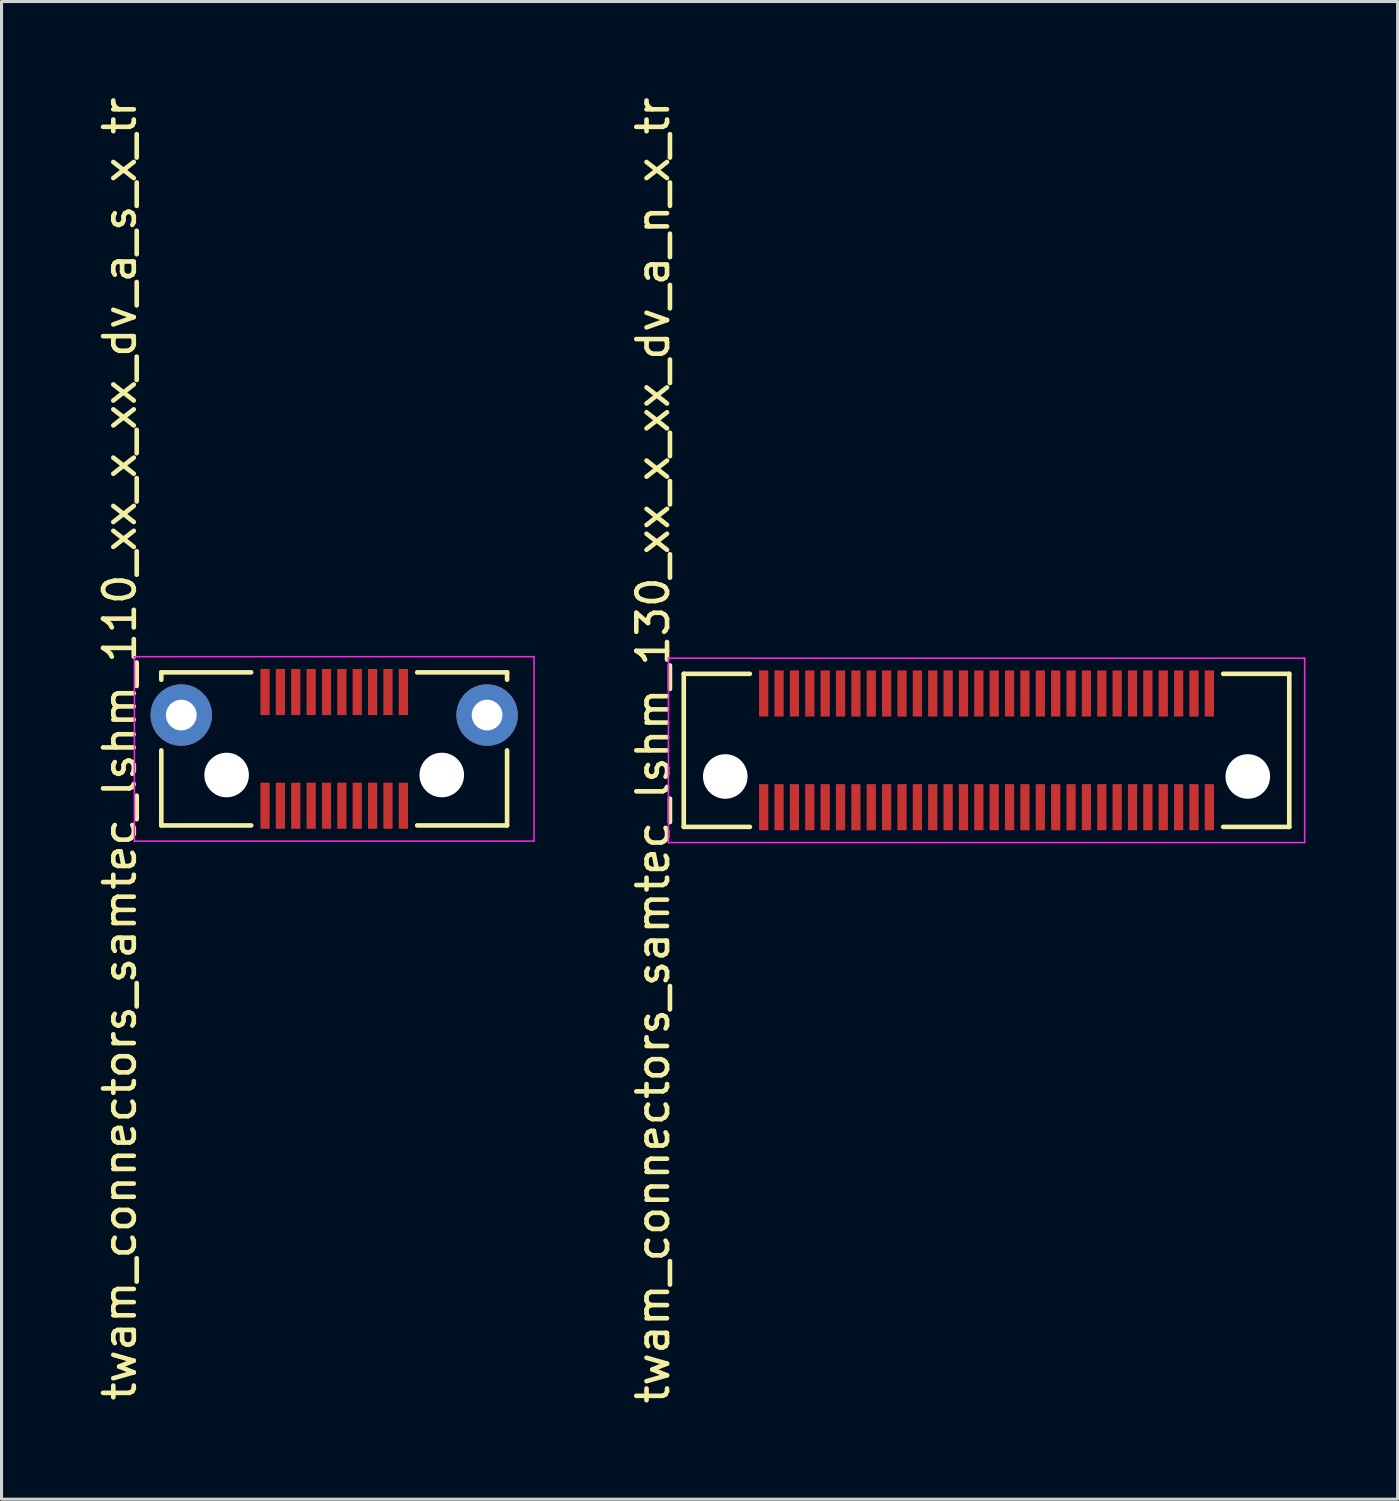
<source format=kicad_pcb>
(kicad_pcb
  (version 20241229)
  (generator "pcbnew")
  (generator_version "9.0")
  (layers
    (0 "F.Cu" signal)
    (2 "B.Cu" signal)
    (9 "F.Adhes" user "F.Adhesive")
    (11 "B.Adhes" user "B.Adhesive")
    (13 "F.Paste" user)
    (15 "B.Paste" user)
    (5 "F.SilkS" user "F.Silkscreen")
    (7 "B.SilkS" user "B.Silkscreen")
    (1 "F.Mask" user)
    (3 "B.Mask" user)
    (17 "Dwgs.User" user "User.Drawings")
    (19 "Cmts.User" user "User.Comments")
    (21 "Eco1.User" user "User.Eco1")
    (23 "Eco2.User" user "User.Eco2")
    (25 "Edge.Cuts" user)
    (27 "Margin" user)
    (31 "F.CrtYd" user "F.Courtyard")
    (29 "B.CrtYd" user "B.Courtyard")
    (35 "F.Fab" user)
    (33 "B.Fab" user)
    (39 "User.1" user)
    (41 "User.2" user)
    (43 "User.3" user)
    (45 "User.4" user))
  (footprint "twam_connectors_samtec_lshm_130_xx_x_xx_dv_a_n_x_tr"
    (layer "F.Cu")
    (at 29.047 21.363)
    (property "Reference" "twam_connectors_samtec_lshm_130_xx_x_xx_dv_a_n_x_tr" (at -10.85 0 270) (layer "F.SilkS") (effects (font (size 1 1) (thickness 0.15))))
    (attr smd)
    (fp_line (start -9.85 -2.49) (end -9.85 2.49) (stroke (width 0.15) (type solid)) (layer "F.SilkS"))
    (fp_line (start -9.85 -2.49) (end -7.7 -2.49) (stroke (width 0.15) (type solid)) (layer "F.SilkS"))
    (fp_line (start -9.85 2.49) (end -7.7 2.49) (stroke (width 0.15) (type solid)) (layer "F.SilkS"))
    (fp_line (start 7.7 -2.49) (end 9.85 -2.49) (stroke (width 0.15) (type solid)) (layer "F.SilkS"))
    (fp_line (start 7.7 2.49) (end 9.85 2.49) (stroke (width 0.15) (type solid)) (layer "F.SilkS"))
    (fp_line (start 9.85 -2.49) (end 9.85 2.49) (stroke (width 0.15) (type solid)) (layer "F.SilkS"))
    (fp_line (start -10.35 -3) (end -10.35 3) (stroke (width 0.05) (type solid)) (layer "F.CrtYd"))
    (fp_line (start -10.35 -3) (end 10.35 -3) (stroke (width 0.05) (type solid)) (layer "F.CrtYd"))
    (fp_line (start -10.35 3) (end 10.35 3) (stroke (width 0.05) (type solid)) (layer "F.CrtYd"))
    (fp_line (start 10.35 -3) (end 10.35 3) (stroke (width 0.05) (type solid)) (layer "F.CrtYd"))
    (pad "" np_thru_hole circle (at -8.5 0.85) (size 1.45 1.45) (drill 1.45) (layers "*.Cu" "*.Mask"))
    (pad "" np_thru_hole circle (at 8.5 0.85) (size 1.45 1.45) (drill 1.45) (layers "*.Cu" "*.Mask"))
    (pad "1" smd rect (at 7.25 1.85) (size 0.3 1.5) (layers "F.Cu" "F.Mask" "F.Paste"))
    (pad "2" smd rect (at 7.25 -1.85) (size 0.3 1.5) (layers "F.Cu" "F.Mask" "F.Paste"))
    (pad "3" smd rect (at 6.75 1.85) (size 0.3 1.5) (layers "F.Cu" "F.Mask" "F.Paste"))
    (pad "4" smd rect (at 6.75 -1.85) (size 0.3 1.5) (layers "F.Cu" "F.Mask" "F.Paste"))
    (pad "5" smd rect (at 6.25 1.85) (size 0.3 1.5) (layers "F.Cu" "F.Mask" "F.Paste"))
    (pad "6" smd rect (at 6.25 -1.85) (size 0.3 1.5) (layers "F.Cu" "F.Mask" "F.Paste"))
    (pad "7" smd rect (at 5.75 1.85) (size 0.3 1.5) (layers "F.Cu" "F.Mask" "F.Paste"))
    (pad "8" smd rect (at 5.75 -1.85) (size 0.3 1.5) (layers "F.Cu" "F.Mask" "F.Paste"))
    (pad "9" smd rect (at 5.25 1.85) (size 0.3 1.5) (layers "F.Cu" "F.Mask" "F.Paste"))
    (pad "10" smd rect (at 5.25 -1.85) (size 0.3 1.5) (layers "F.Cu" "F.Mask" "F.Paste"))
    (pad "11" smd rect (at 4.75 1.85) (size 0.3 1.5) (layers "F.Cu" "F.Mask" "F.Paste"))
    (pad "12" smd rect (at 4.75 -1.85) (size 0.3 1.5) (layers "F.Cu" "F.Mask" "F.Paste"))
    (pad "13" smd rect (at 4.25 1.85) (size 0.3 1.5) (layers "F.Cu" "F.Mask" "F.Paste"))
    (pad "14" smd rect (at 4.25 -1.85) (size 0.3 1.5) (layers "F.Cu" "F.Mask" "F.Paste"))
    (pad "15" smd rect (at 3.75 1.85) (size 0.3 1.5) (layers "F.Cu" "F.Mask" "F.Paste"))
    (pad "16" smd rect (at 3.75 -1.85) (size 0.3 1.5) (layers "F.Cu" "F.Mask" "F.Paste"))
    (pad "17" smd rect (at 3.25 1.85) (size 0.3 1.5) (layers "F.Cu" "F.Mask" "F.Paste"))
    (pad "18" smd rect (at 3.25 -1.85) (size 0.3 1.5) (layers "F.Cu" "F.Mask" "F.Paste"))
    (pad "19" smd rect (at 2.75 1.85) (size 0.3 1.5) (layers "F.Cu" "F.Mask" "F.Paste"))
    (pad "20" smd rect (at 2.75 -1.85) (size 0.3 1.5) (layers "F.Cu" "F.Mask" "F.Paste"))
    (pad "21" smd rect (at 2.25 1.85) (size 0.3 1.5) (layers "F.Cu" "F.Mask" "F.Paste"))
    (pad "22" smd rect (at 2.25 -1.85) (size 0.3 1.5) (layers "F.Cu" "F.Mask" "F.Paste"))
    (pad "23" smd rect (at 1.75 1.85) (size 0.3 1.5) (layers "F.Cu" "F.Mask" "F.Paste"))
    (pad "24" smd rect (at 1.75 -1.85) (size 0.3 1.5) (layers "F.Cu" "F.Mask" "F.Paste"))
    (pad "25" smd rect (at 1.25 1.85) (size 0.3 1.5) (layers "F.Cu" "F.Mask" "F.Paste"))
    (pad "26" smd rect (at 1.25 -1.85) (size 0.3 1.5) (layers "F.Cu" "F.Mask" "F.Paste"))
    (pad "27" smd rect (at 0.75 1.85) (size 0.3 1.5) (layers "F.Cu" "F.Mask" "F.Paste"))
    (pad "28" smd rect (at 0.75 -1.85) (size 0.3 1.5) (layers "F.Cu" "F.Mask" "F.Paste"))
    (pad "29" smd rect (at 0.25 1.85) (size 0.3 1.5) (layers "F.Cu" "F.Mask" "F.Paste"))
    (pad "30" smd rect (at 0.25 -1.85) (size 0.3 1.5) (layers "F.Cu" "F.Mask" "F.Paste"))
    (pad "31" smd rect (at -0.25 1.85) (size 0.3 1.5) (layers "F.Cu" "F.Mask" "F.Paste"))
    (pad "32" smd rect (at -0.25 -1.85) (size 0.3 1.5) (layers "F.Cu" "F.Mask" "F.Paste"))
    (pad "33" smd rect (at -0.75 1.85) (size 0.3 1.5) (layers "F.Cu" "F.Mask" "F.Paste"))
    (pad "34" smd rect (at -0.75 -1.85) (size 0.3 1.5) (layers "F.Cu" "F.Mask" "F.Paste"))
    (pad "35" smd rect (at -1.25 1.85) (size 0.3 1.5) (layers "F.Cu" "F.Mask" "F.Paste"))
    (pad "36" smd rect (at -1.25 -1.85) (size 0.3 1.5) (layers "F.Cu" "F.Mask" "F.Paste"))
    (pad "37" smd rect (at -1.75 1.85) (size 0.3 1.5) (layers "F.Cu" "F.Mask" "F.Paste"))
    (pad "38" smd rect (at -1.75 -1.85) (size 0.3 1.5) (layers "F.Cu" "F.Mask" "F.Paste"))
    (pad "39" smd rect (at -2.25 1.85) (size 0.3 1.5) (layers "F.Cu" "F.Mask" "F.Paste"))
    (pad "40" smd rect (at -2.25 -1.85) (size 0.3 1.5) (layers "F.Cu" "F.Mask" "F.Paste"))
    (pad "41" smd rect (at -2.75 1.85) (size 0.3 1.5) (layers "F.Cu" "F.Mask" "F.Paste"))
    (pad "42" smd rect (at -2.75 -1.85) (size 0.3 1.5) (layers "F.Cu" "F.Mask" "F.Paste"))
    (pad "43" smd rect (at -3.25 1.85) (size 0.3 1.5) (layers "F.Cu" "F.Mask" "F.Paste"))
    (pad "44" smd rect (at -3.25 -1.85) (size 0.3 1.5) (layers "F.Cu" "F.Mask" "F.Paste"))
    (pad "45" smd rect (at -3.75 1.85) (size 0.3 1.5) (layers "F.Cu" "F.Mask" "F.Paste"))
    (pad "46" smd rect (at -3.75 -1.85) (size 0.3 1.5) (layers "F.Cu" "F.Mask" "F.Paste"))
    (pad "47" smd rect (at -4.25 1.85) (size 0.3 1.5) (layers "F.Cu" "F.Mask" "F.Paste"))
    (pad "48" smd rect (at -4.25 -1.85) (size 0.3 1.5) (layers "F.Cu" "F.Mask" "F.Paste"))
    (pad "49" smd rect (at -4.75 1.85) (size 0.3 1.5) (layers "F.Cu" "F.Mask" "F.Paste"))
    (pad "50" smd rect (at -4.75 -1.85) (size 0.3 1.5) (layers "F.Cu" "F.Mask" "F.Paste"))
    (pad "51" smd rect (at -5.25 1.85) (size 0.3 1.5) (layers "F.Cu" "F.Mask" "F.Paste"))
    (pad "52" smd rect (at -5.25 -1.85) (size 0.3 1.5) (layers "F.Cu" "F.Mask" "F.Paste"))
    (pad "53" smd rect (at -5.75 1.85) (size 0.3 1.5) (layers "F.Cu" "F.Mask" "F.Paste"))
    (pad "54" smd rect (at -5.75 -1.85) (size 0.3 1.5) (layers "F.Cu" "F.Mask" "F.Paste"))
    (pad "55" smd rect (at -6.25 1.85) (size 0.3 1.5) (layers "F.Cu" "F.Mask" "F.Paste"))
    (pad "56" smd rect (at -6.25 -1.85) (size 0.3 1.5) (layers "F.Cu" "F.Mask" "F.Paste"))
    (pad "57" smd rect (at -6.75 1.85) (size 0.3 1.5) (layers "F.Cu" "F.Mask" "F.Paste"))
    (pad "58" smd rect (at -6.75 -1.85) (size 0.3 1.5) (layers "F.Cu" "F.Mask" "F.Paste"))
    (pad "59" smd rect (at -7.25 1.85) (size 0.3 1.5) (layers "F.Cu" "F.Mask" "F.Paste"))
    (pad "60" smd rect (at -7.25 -1.85) (size 0.3 1.5) (layers "F.Cu" "F.Mask" "F.Paste")))
  (footprint "twam_connectors_samtec_lshm_110_xx_x_xx_dv_a_s_x_tr"
    (layer "F.Cu")
    (at 7.823 21.315)
    (property "Reference" "twam_connectors_samtec_lshm_110_xx_x_xx_dv_a_s_x_tr" (at -6.975 0 270) (layer "F.SilkS") (effects (font (size 1 1) (thickness 0.15))))
    (attr smd)
    (fp_line (start -5.625 -2.49) (end -5.625 -2.25) (stroke (width 0.15) (type solid)) (layer "F.SilkS"))
    (fp_line (start -5.625 -2.49) (end -2.7 -2.49) (stroke (width 0.15) (type solid)) (layer "F.SilkS"))
    (fp_line (start -5.625 0.05) (end -5.625 2.49) (stroke (width 0.15) (type solid)) (layer "F.SilkS"))
    (fp_line (start -5.625 2.49) (end -2.7 2.49) (stroke (width 0.15) (type solid)) (layer "F.SilkS"))
    (fp_line (start 2.7 -2.49) (end 5.625 -2.49) (stroke (width 0.15) (type solid)) (layer "F.SilkS"))
    (fp_line (start 2.7 2.49) (end 5.625 2.49) (stroke (width 0.15) (type solid)) (layer "F.SilkS"))
    (fp_line (start 5.625 -2.49) (end 5.625 -2.25) (stroke (width 0.15) (type solid)) (layer "F.SilkS"))
    (fp_line (start 5.625 0.05) (end 5.625 2.49) (stroke (width 0.15) (type solid)) (layer "F.SilkS"))
    (fp_line (start -6.5 -3) (end -6.5 3) (stroke (width 0.05) (type solid)) (layer "F.CrtYd"))
    (fp_line (start -6.5 -3) (end 6.5 -3) (stroke (width 0.05) (type solid)) (layer "F.CrtYd"))
    (fp_line (start -6.5 3) (end 6.5 3) (stroke (width 0.05) (type solid)) (layer "F.CrtYd"))
    (fp_line (start 6.5 -3) (end 6.5 3) (stroke (width 0.05) (type solid)) (layer "F.CrtYd"))
    (pad "" np_thru_hole circle (at -3.5 0.85) (size 1.45 1.45) (drill 1.45) (layers "*.Cu" "*.Mask"))
    (pad "" np_thru_hole circle (at 3.5 0.85) (size 1.45 1.45) (drill 1.45) (layers "*.Cu" "*.Mask"))
    (pad "1" smd rect (at 2.25 1.85) (size 0.3 1.5) (layers "F.Cu" "F.Mask" "F.Paste"))
    (pad "2" smd rect (at 2.25 -1.85) (size 0.3 1.5) (layers "F.Cu" "F.Mask" "F.Paste"))
    (pad "3" smd rect (at 1.75 1.85) (size 0.3 1.5) (layers "F.Cu" "F.Mask" "F.Paste"))
    (pad "4" smd rect (at 1.75 -1.85) (size 0.3 1.5) (layers "F.Cu" "F.Mask" "F.Paste"))
    (pad "5" smd rect (at 1.25 1.85) (size 0.3 1.5) (layers "F.Cu" "F.Mask" "F.Paste"))
    (pad "6" smd rect (at 1.25 -1.85) (size 0.3 1.5) (layers "F.Cu" "F.Mask" "F.Paste"))
    (pad "7" smd rect (at 0.75 1.85) (size 0.3 1.5) (layers "F.Cu" "F.Mask" "F.Paste"))
    (pad "8" smd rect (at 0.75 -1.85) (size 0.3 1.5) (layers "F.Cu" "F.Mask" "F.Paste"))
    (pad "9" smd rect (at 0.25 1.85) (size 0.3 1.5) (layers "F.Cu" "F.Mask" "F.Paste"))
    (pad "10" smd rect (at 0.25 -1.85) (size 0.3 1.5) (layers "F.Cu" "F.Mask" "F.Paste"))
    (pad "11" smd rect (at -0.25 1.85) (size 0.3 1.5) (layers "F.Cu" "F.Mask" "F.Paste"))
    (pad "12" smd rect (at -0.25 -1.85) (size 0.3 1.5) (layers "F.Cu" "F.Mask" "F.Paste"))
    (pad "13" smd rect (at -0.75 1.85) (size 0.3 1.5) (layers "F.Cu" "F.Mask" "F.Paste"))
    (pad "14" smd rect (at -0.75 -1.85) (size 0.3 1.5) (layers "F.Cu" "F.Mask" "F.Paste"))
    (pad "15" smd rect (at -1.25 1.85) (size 0.3 1.5) (layers "F.Cu" "F.Mask" "F.Paste"))
    (pad "16" smd rect (at -1.25 -1.85) (size 0.3 1.5) (layers "F.Cu" "F.Mask" "F.Paste"))
    (pad "17" smd rect (at -1.75 1.85) (size 0.3 1.5) (layers "F.Cu" "F.Mask" "F.Paste"))
    (pad "18" smd rect (at -1.75 -1.85) (size 0.3 1.5) (layers "F.Cu" "F.Mask" "F.Paste"))
    (pad "19" smd rect (at -2.25 1.85) (size 0.3 1.5) (layers "F.Cu" "F.Mask" "F.Paste"))
    (pad "20" smd rect (at -2.25 -1.85) (size 0.3 1.5) (layers "F.Cu" "F.Mask" "F.Paste"))
    (pad "F1" thru_hole circle (at -4.975 -1.1) (size 2 2) (drill 1) (layers "*.Cu" "*.Mask"))
    (pad "F2" thru_hole circle (at 4.975 -1.1) (size 2 2) (drill 1) (layers "*.Cu" "*.Mask")))
  (gr_rect
    (start -3 -3)
    (end 42.422 45.726)
    (stroke (width 0.1) (type default))
    (fill no)
    (layer "Edge.Cuts")))
</source>
